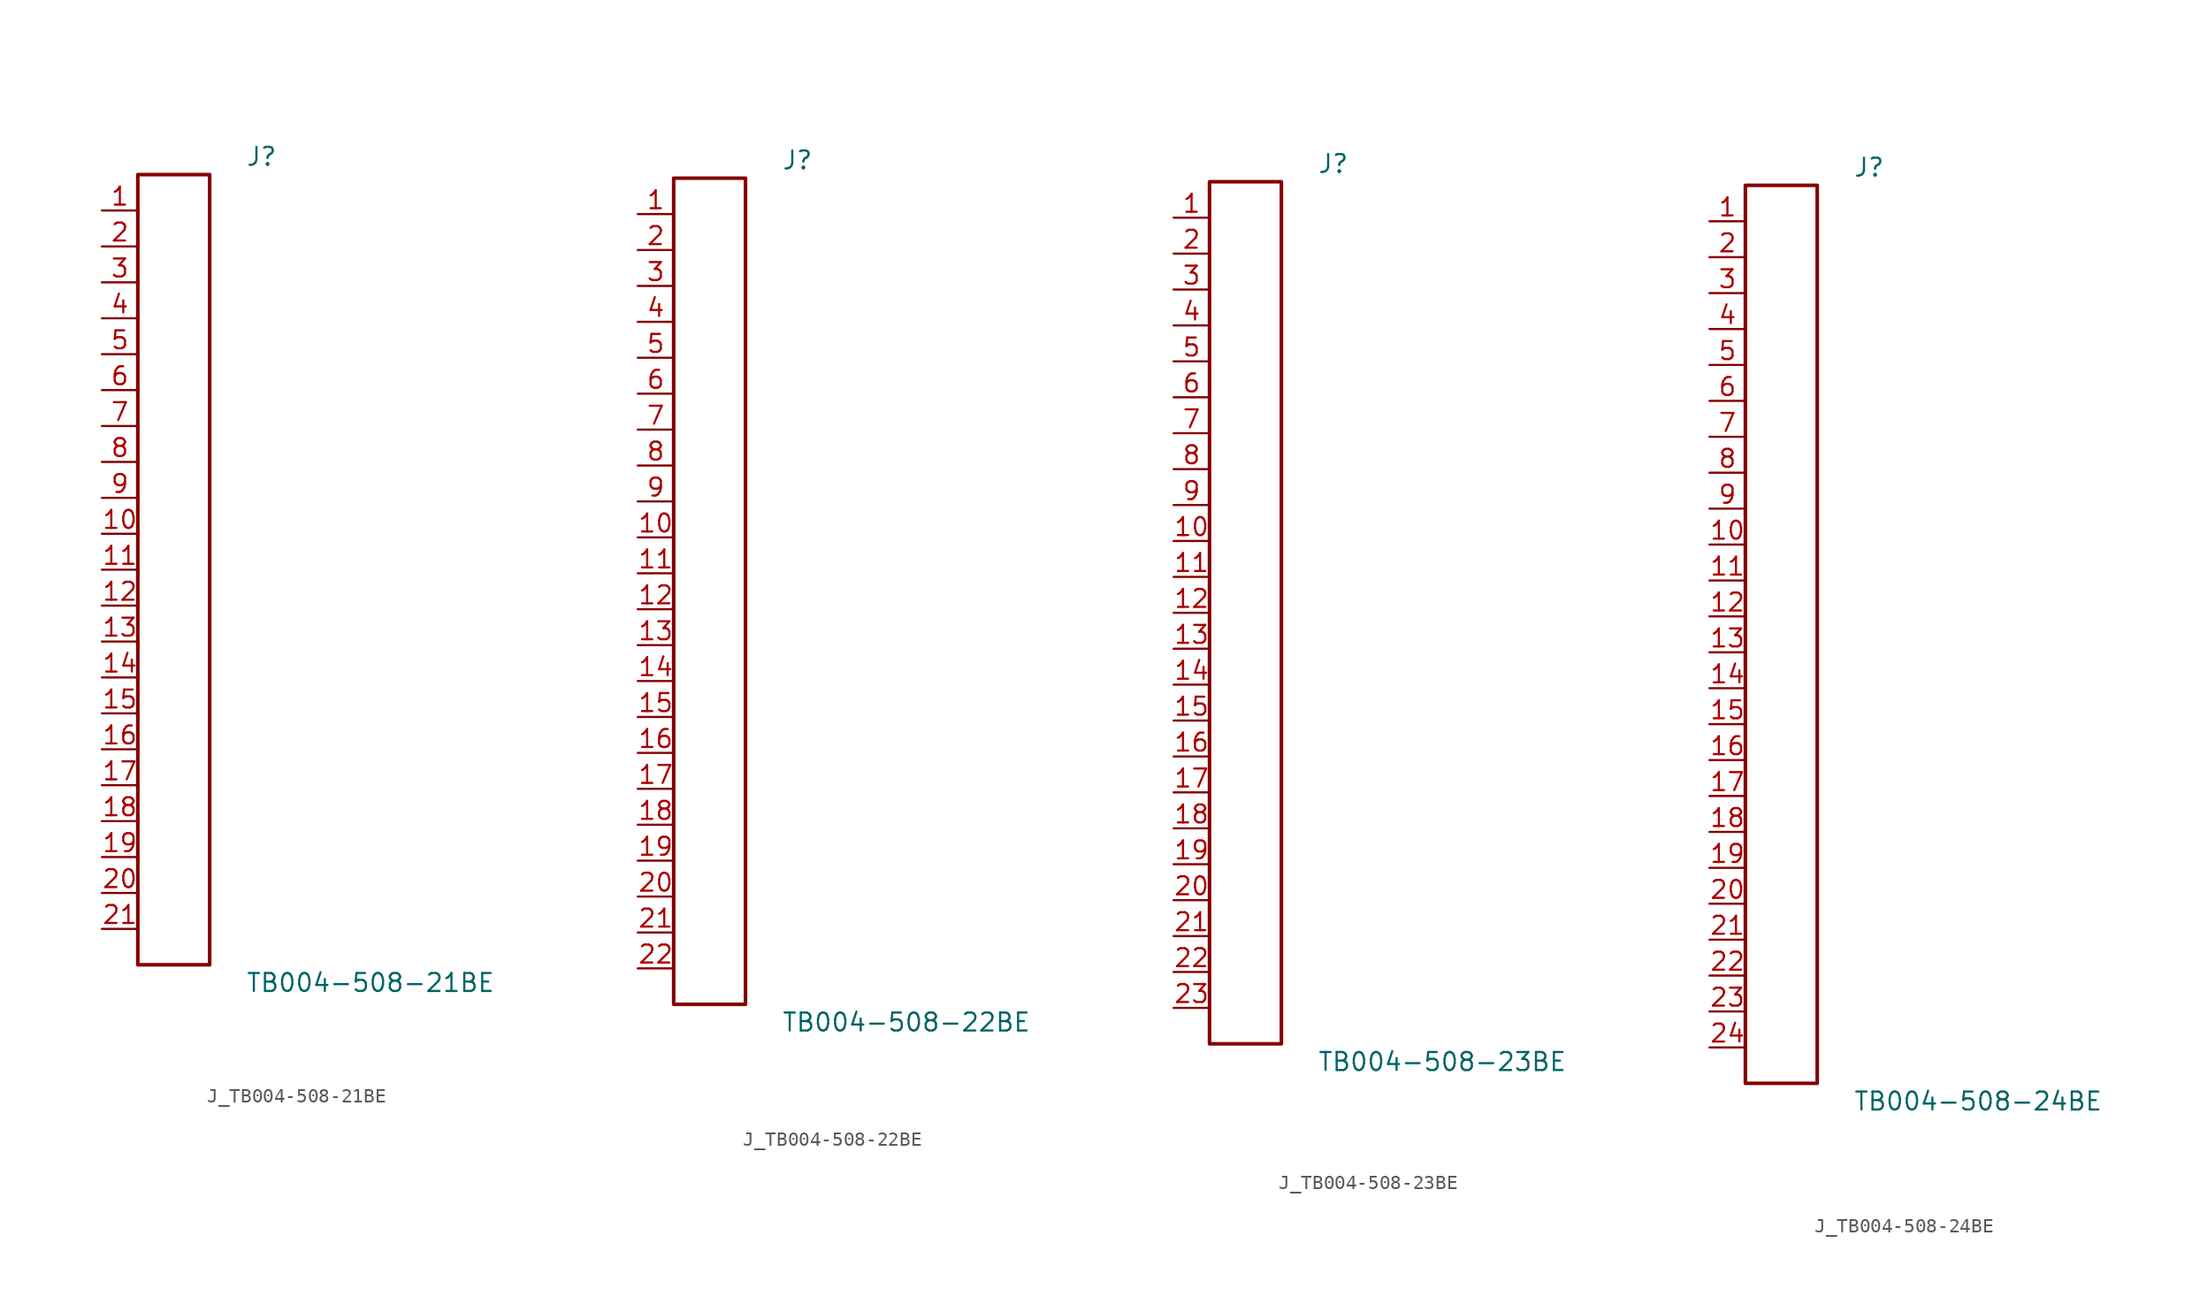
<source format=kicad_sym>
(kicad_symbol_lib
  (version 20231120)
  (generator kicad_symbol_editor)
  (generator_version 8.0)
  (symbol "J_TB004-508-21BE"
    (pin_names
      (offset 0.254))
    (property "Reference" "J"
      (at 5.08 29.21 0)
      (effects (font (size 1.27 1.27)) (justify left)))
    (property "Value" "TB004-508-21BE"
      (at 5.08 -29.21 0)
      (effects (font (size 1.27 1.27)) (justify left)))
    (symbol "J_TB004-508-21BE_0_0"
      (pin passive line (at -5.08 25.4 0) (length 2.54) (name "" (effects (font (size 1.27 1.27)))) (number "1" (effects (font (size 1.27 1.27)))))
      (pin passive line (at -5.08 22.86 0) (length 2.54) (name "" (effects (font (size 1.27 1.27)))) (number "2" (effects (font (size 1.27 1.27)))))
      (pin passive line (at -5.08 20.32 0) (length 2.54) (name "" (effects (font (size 1.27 1.27)))) (number "3" (effects (font (size 1.27 1.27)))))
      (pin passive line (at -5.08 17.78 0) (length 2.54) (name "" (effects (font (size 1.27 1.27)))) (number "4" (effects (font (size 1.27 1.27)))))
      (pin passive line (at -5.08 15.24 0) (length 2.54) (name "" (effects (font (size 1.27 1.27)))) (number "5" (effects (font (size 1.27 1.27)))))
      (pin passive line (at -5.08 12.7 0) (length 2.54) (name "" (effects (font (size 1.27 1.27)))) (number "6" (effects (font (size 1.27 1.27)))))
      (pin passive line (at -5.08 10.16 0) (length 2.54) (name "" (effects (font (size 1.27 1.27)))) (number "7" (effects (font (size 1.27 1.27)))))
      (pin passive line (at -5.08 7.62 0) (length 2.54) (name "" (effects (font (size 1.27 1.27)))) (number "8" (effects (font (size 1.27 1.27)))))
      (pin passive line (at -5.08 5.08 0) (length 2.54) (name "" (effects (font (size 1.27 1.27)))) (number "9" (effects (font (size 1.27 1.27)))))
      (pin passive line (at -5.08 2.54 0) (length 2.54) (name "" (effects (font (size 1.27 1.27)))) (number "10" (effects (font (size 1.27 1.27)))))
      (pin passive line (at -5.08 0.0 0) (length 2.54) (name "" (effects (font (size 1.27 1.27)))) (number "11" (effects (font (size 1.27 1.27)))))
      (pin passive line (at -5.08 -2.54 0) (length 2.54) (name "" (effects (font (size 1.27 1.27)))) (number "12" (effects (font (size 1.27 1.27)))))
      (pin passive line (at -5.08 -5.08 0) (length 2.54) (name "" (effects (font (size 1.27 1.27)))) (number "13" (effects (font (size 1.27 1.27)))))
      (pin passive line (at -5.08 -7.62 0) (length 2.54) (name "" (effects (font (size 1.27 1.27)))) (number "14" (effects (font (size 1.27 1.27)))))
      (pin passive line (at -5.08 -10.16 0) (length 2.54) (name "" (effects (font (size 1.27 1.27)))) (number "15" (effects (font (size 1.27 1.27)))))
      (pin passive line (at -5.08 -12.7 0) (length 2.54) (name "" (effects (font (size 1.27 1.27)))) (number "16" (effects (font (size 1.27 1.27)))))
      (pin passive line (at -5.08 -15.24 0) (length 2.54) (name "" (effects (font (size 1.27 1.27)))) (number "17" (effects (font (size 1.27 1.27)))))
      (pin passive line (at -5.08 -17.78 0) (length 2.54) (name "" (effects (font (size 1.27 1.27)))) (number "18" (effects (font (size 1.27 1.27)))))
      (pin passive line (at -5.08 -20.32 0) (length 2.54) (name "" (effects (font (size 1.27 1.27)))) (number "19" (effects (font (size 1.27 1.27)))))
      (pin passive line (at -5.08 -22.86 0) (length 2.54) (name "" (effects (font (size 1.27 1.27)))) (number "20" (effects (font (size 1.27 1.27)))))
      (pin passive line (at -5.08 -25.4 0) (length 2.54) (name "" (effects (font (size 1.27 1.27)))) (number "21" (effects (font (size 1.27 1.27))))))
    (symbol "J_TB004-508-21BE_1_0"
      (rectangle (start -2.54 27.94) (end 2.54 -27.94) (stroke (width 0.254) (type solid)) (fill (type none)))))
  (symbol "J_TB004-508-22BE"
    (pin_names
      (offset 0.254))
    (property "Reference" "J"
      (at 5.08 30.48 0)
      (effects (font (size 1.27 1.27)) (justify left)))
    (property "Value" "TB004-508-22BE"
      (at 5.08 -30.48 0)
      (effects (font (size 1.27 1.27)) (justify left)))
    (symbol "J_TB004-508-22BE_0_0"
      (pin passive line (at -5.08 26.67 0) (length 2.54) (name "" (effects (font (size 1.27 1.27)))) (number "1" (effects (font (size 1.27 1.27)))))
      (pin passive line (at -5.08 24.13 0) (length 2.54) (name "" (effects (font (size 1.27 1.27)))) (number "2" (effects (font (size 1.27 1.27)))))
      (pin passive line (at -5.08 21.59 0) (length 2.54) (name "" (effects (font (size 1.27 1.27)))) (number "3" (effects (font (size 1.27 1.27)))))
      (pin passive line (at -5.08 19.05 0) (length 2.54) (name "" (effects (font (size 1.27 1.27)))) (number "4" (effects (font (size 1.27 1.27)))))
      (pin passive line (at -5.08 16.51 0) (length 2.54) (name "" (effects (font (size 1.27 1.27)))) (number "5" (effects (font (size 1.27 1.27)))))
      (pin passive line (at -5.08 13.97 0) (length 2.54) (name "" (effects (font (size 1.27 1.27)))) (number "6" (effects (font (size 1.27 1.27)))))
      (pin passive line (at -5.08 11.43 0) (length 2.54) (name "" (effects (font (size 1.27 1.27)))) (number "7" (effects (font (size 1.27 1.27)))))
      (pin passive line (at -5.08 8.89 0) (length 2.54) (name "" (effects (font (size 1.27 1.27)))) (number "8" (effects (font (size 1.27 1.27)))))
      (pin passive line (at -5.08 6.35 0) (length 2.54) (name "" (effects (font (size 1.27 1.27)))) (number "9" (effects (font (size 1.27 1.27)))))
      (pin passive line (at -5.08 3.81 0) (length 2.54) (name "" (effects (font (size 1.27 1.27)))) (number "10" (effects (font (size 1.27 1.27)))))
      (pin passive line (at -5.08 1.27 0) (length 2.54) (name "" (effects (font (size 1.27 1.27)))) (number "11" (effects (font (size 1.27 1.27)))))
      (pin passive line (at -5.08 -1.27 0) (length 2.54) (name "" (effects (font (size 1.27 1.27)))) (number "12" (effects (font (size 1.27 1.27)))))
      (pin passive line (at -5.08 -3.81 0) (length 2.54) (name "" (effects (font (size 1.27 1.27)))) (number "13" (effects (font (size 1.27 1.27)))))
      (pin passive line (at -5.08 -6.35 0) (length 2.54) (name "" (effects (font (size 1.27 1.27)))) (number "14" (effects (font (size 1.27 1.27)))))
      (pin passive line (at -5.08 -8.89 0) (length 2.54) (name "" (effects (font (size 1.27 1.27)))) (number "15" (effects (font (size 1.27 1.27)))))
      (pin passive line (at -5.08 -11.43 0) (length 2.54) (name "" (effects (font (size 1.27 1.27)))) (number "16" (effects (font (size 1.27 1.27)))))
      (pin passive line (at -5.08 -13.97 0) (length 2.54) (name "" (effects (font (size 1.27 1.27)))) (number "17" (effects (font (size 1.27 1.27)))))
      (pin passive line (at -5.08 -16.51 0) (length 2.54) (name "" (effects (font (size 1.27 1.27)))) (number "18" (effects (font (size 1.27 1.27)))))
      (pin passive line (at -5.08 -19.05 0) (length 2.54) (name "" (effects (font (size 1.27 1.27)))) (number "19" (effects (font (size 1.27 1.27)))))
      (pin passive line (at -5.08 -21.59 0) (length 2.54) (name "" (effects (font (size 1.27 1.27)))) (number "20" (effects (font (size 1.27 1.27)))))
      (pin passive line (at -5.08 -24.13 0) (length 2.54) (name "" (effects (font (size 1.27 1.27)))) (number "21" (effects (font (size 1.27 1.27)))))
      (pin passive line (at -5.08 -26.67 0) (length 2.54) (name "" (effects (font (size 1.27 1.27)))) (number "22" (effects (font (size 1.27 1.27))))))
    (symbol "J_TB004-508-22BE_1_0"
      (rectangle (start -2.54 29.21) (end 2.54 -29.21) (stroke (width 0.254) (type solid)) (fill (type none)))))
  (symbol "J_TB004-508-23BE"
    (pin_names
      (offset 0.254))
    (property "Reference" "J"
      (at 5.08 31.75 0)
      (effects (font (size 1.27 1.27)) (justify left)))
    (property "Value" "TB004-508-23BE"
      (at 5.08 -31.75 0)
      (effects (font (size 1.27 1.27)) (justify left)))
    (symbol "J_TB004-508-23BE_0_0"
      (pin passive line (at -5.08 27.94 0) (length 2.54) (name "" (effects (font (size 1.27 1.27)))) (number "1" (effects (font (size 1.27 1.27)))))
      (pin passive line (at -5.08 25.4 0) (length 2.54) (name "" (effects (font (size 1.27 1.27)))) (number "2" (effects (font (size 1.27 1.27)))))
      (pin passive line (at -5.08 22.86 0) (length 2.54) (name "" (effects (font (size 1.27 1.27)))) (number "3" (effects (font (size 1.27 1.27)))))
      (pin passive line (at -5.08 20.32 0) (length 2.54) (name "" (effects (font (size 1.27 1.27)))) (number "4" (effects (font (size 1.27 1.27)))))
      (pin passive line (at -5.08 17.78 0) (length 2.54) (name "" (effects (font (size 1.27 1.27)))) (number "5" (effects (font (size 1.27 1.27)))))
      (pin passive line (at -5.08 15.24 0) (length 2.54) (name "" (effects (font (size 1.27 1.27)))) (number "6" (effects (font (size 1.27 1.27)))))
      (pin passive line (at -5.08 12.7 0) (length 2.54) (name "" (effects (font (size 1.27 1.27)))) (number "7" (effects (font (size 1.27 1.27)))))
      (pin passive line (at -5.08 10.16 0) (length 2.54) (name "" (effects (font (size 1.27 1.27)))) (number "8" (effects (font (size 1.27 1.27)))))
      (pin passive line (at -5.08 7.62 0) (length 2.54) (name "" (effects (font (size 1.27 1.27)))) (number "9" (effects (font (size 1.27 1.27)))))
      (pin passive line (at -5.08 5.08 0) (length 2.54) (name "" (effects (font (size 1.27 1.27)))) (number "10" (effects (font (size 1.27 1.27)))))
      (pin passive line (at -5.08 2.54 0) (length 2.54) (name "" (effects (font (size 1.27 1.27)))) (number "11" (effects (font (size 1.27 1.27)))))
      (pin passive line (at -5.08 0.0 0) (length 2.54) (name "" (effects (font (size 1.27 1.27)))) (number "12" (effects (font (size 1.27 1.27)))))
      (pin passive line (at -5.08 -2.54 0) (length 2.54) (name "" (effects (font (size 1.27 1.27)))) (number "13" (effects (font (size 1.27 1.27)))))
      (pin passive line (at -5.08 -5.08 0) (length 2.54) (name "" (effects (font (size 1.27 1.27)))) (number "14" (effects (font (size 1.27 1.27)))))
      (pin passive line (at -5.08 -7.62 0) (length 2.54) (name "" (effects (font (size 1.27 1.27)))) (number "15" (effects (font (size 1.27 1.27)))))
      (pin passive line (at -5.08 -10.16 0) (length 2.54) (name "" (effects (font (size 1.27 1.27)))) (number "16" (effects (font (size 1.27 1.27)))))
      (pin passive line (at -5.08 -12.7 0) (length 2.54) (name "" (effects (font (size 1.27 1.27)))) (number "17" (effects (font (size 1.27 1.27)))))
      (pin passive line (at -5.08 -15.24 0) (length 2.54) (name "" (effects (font (size 1.27 1.27)))) (number "18" (effects (font (size 1.27 1.27)))))
      (pin passive line (at -5.08 -17.78 0) (length 2.54) (name "" (effects (font (size 1.27 1.27)))) (number "19" (effects (font (size 1.27 1.27)))))
      (pin passive line (at -5.08 -20.32 0) (length 2.54) (name "" (effects (font (size 1.27 1.27)))) (number "20" (effects (font (size 1.27 1.27)))))
      (pin passive line (at -5.08 -22.86 0) (length 2.54) (name "" (effects (font (size 1.27 1.27)))) (number "21" (effects (font (size 1.27 1.27)))))
      (pin passive line (at -5.08 -25.4 0) (length 2.54) (name "" (effects (font (size 1.27 1.27)))) (number "22" (effects (font (size 1.27 1.27)))))
      (pin passive line (at -5.08 -27.94 0) (length 2.54) (name "" (effects (font (size 1.27 1.27)))) (number "23" (effects (font (size 1.27 1.27))))))
    (symbol "J_TB004-508-23BE_1_0"
      (rectangle (start -2.54 30.48) (end 2.54 -30.48) (stroke (width 0.254) (type solid)) (fill (type none)))))
  (symbol "J_TB004-508-24BE"
    (pin_names
      (offset 0.254))
    (property "Reference" "J"
      (at 5.08 33.02 0)
      (effects (font (size 1.27 1.27)) (justify left)))
    (property "Value" "TB004-508-24BE"
      (at 5.08 -33.02 0)
      (effects (font (size 1.27 1.27)) (justify left)))
    (symbol "J_TB004-508-24BE_0_0"
      (pin passive line (at -5.08 29.21 0) (length 2.54) (name "" (effects (font (size 1.27 1.27)))) (number "1" (effects (font (size 1.27 1.27)))))
      (pin passive line (at -5.08 26.67 0) (length 2.54) (name "" (effects (font (size 1.27 1.27)))) (number "2" (effects (font (size 1.27 1.27)))))
      (pin passive line (at -5.08 24.13 0) (length 2.54) (name "" (effects (font (size 1.27 1.27)))) (number "3" (effects (font (size 1.27 1.27)))))
      (pin passive line (at -5.08 21.59 0) (length 2.54) (name "" (effects (font (size 1.27 1.27)))) (number "4" (effects (font (size 1.27 1.27)))))
      (pin passive line (at -5.08 19.05 0) (length 2.54) (name "" (effects (font (size 1.27 1.27)))) (number "5" (effects (font (size 1.27 1.27)))))
      (pin passive line (at -5.08 16.51 0) (length 2.54) (name "" (effects (font (size 1.27 1.27)))) (number "6" (effects (font (size 1.27 1.27)))))
      (pin passive line (at -5.08 13.97 0) (length 2.54) (name "" (effects (font (size 1.27 1.27)))) (number "7" (effects (font (size 1.27 1.27)))))
      (pin passive line (at -5.08 11.43 0) (length 2.54) (name "" (effects (font (size 1.27 1.27)))) (number "8" (effects (font (size 1.27 1.27)))))
      (pin passive line (at -5.08 8.89 0) (length 2.54) (name "" (effects (font (size 1.27 1.27)))) (number "9" (effects (font (size 1.27 1.27)))))
      (pin passive line (at -5.08 6.35 0) (length 2.54) (name "" (effects (font (size 1.27 1.27)))) (number "10" (effects (font (size 1.27 1.27)))))
      (pin passive line (at -5.08 3.81 0) (length 2.54) (name "" (effects (font (size 1.27 1.27)))) (number "11" (effects (font (size 1.27 1.27)))))
      (pin passive line (at -5.08 1.27 0) (length 2.54) (name "" (effects (font (size 1.27 1.27)))) (number "12" (effects (font (size 1.27 1.27)))))
      (pin passive line (at -5.08 -1.27 0) (length 2.54) (name "" (effects (font (size 1.27 1.27)))) (number "13" (effects (font (size 1.27 1.27)))))
      (pin passive line (at -5.08 -3.81 0) (length 2.54) (name "" (effects (font (size 1.27 1.27)))) (number "14" (effects (font (size 1.27 1.27)))))
      (pin passive line (at -5.08 -6.35 0) (length 2.54) (name "" (effects (font (size 1.27 1.27)))) (number "15" (effects (font (size 1.27 1.27)))))
      (pin passive line (at -5.08 -8.89 0) (length 2.54) (name "" (effects (font (size 1.27 1.27)))) (number "16" (effects (font (size 1.27 1.27)))))
      (pin passive line (at -5.08 -11.43 0) (length 2.54) (name "" (effects (font (size 1.27 1.27)))) (number "17" (effects (font (size 1.27 1.27)))))
      (pin passive line (at -5.08 -13.97 0) (length 2.54) (name "" (effects (font (size 1.27 1.27)))) (number "18" (effects (font (size 1.27 1.27)))))
      (pin passive line (at -5.08 -16.51 0) (length 2.54) (name "" (effects (font (size 1.27 1.27)))) (number "19" (effects (font (size 1.27 1.27)))))
      (pin passive line (at -5.08 -19.05 0) (length 2.54) (name "" (effects (font (size 1.27 1.27)))) (number "20" (effects (font (size 1.27 1.27)))))
      (pin passive line (at -5.08 -21.59 0) (length 2.54) (name "" (effects (font (size 1.27 1.27)))) (number "21" (effects (font (size 1.27 1.27)))))
      (pin passive line (at -5.08 -24.13 0) (length 2.54) (name "" (effects (font (size 1.27 1.27)))) (number "22" (effects (font (size 1.27 1.27)))))
      (pin passive line (at -5.08 -26.67 0) (length 2.54) (name "" (effects (font (size 1.27 1.27)))) (number "23" (effects (font (size 1.27 1.27)))))
      (pin passive line (at -5.08 -29.21 0) (length 2.54) (name "" (effects (font (size 1.27 1.27)))) (number "24" (effects (font (size 1.27 1.27))))))
    (symbol "J_TB004-508-24BE_1_0"
      (rectangle (start -2.54 31.75) (end 2.54 -31.75) (stroke (width 0.254) (type solid)) (fill (type none))))))
</source>
